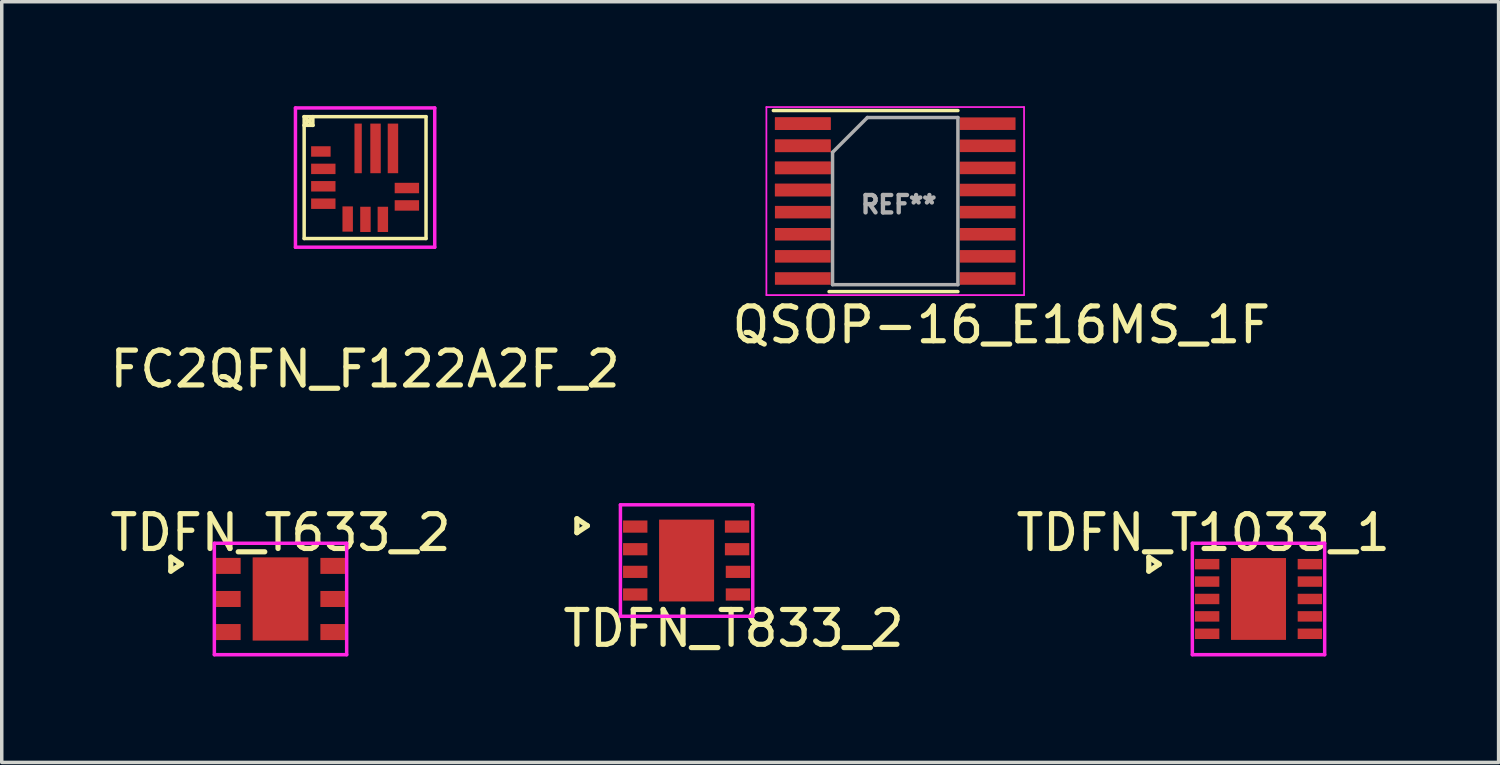
<source format=kicad_pcb>
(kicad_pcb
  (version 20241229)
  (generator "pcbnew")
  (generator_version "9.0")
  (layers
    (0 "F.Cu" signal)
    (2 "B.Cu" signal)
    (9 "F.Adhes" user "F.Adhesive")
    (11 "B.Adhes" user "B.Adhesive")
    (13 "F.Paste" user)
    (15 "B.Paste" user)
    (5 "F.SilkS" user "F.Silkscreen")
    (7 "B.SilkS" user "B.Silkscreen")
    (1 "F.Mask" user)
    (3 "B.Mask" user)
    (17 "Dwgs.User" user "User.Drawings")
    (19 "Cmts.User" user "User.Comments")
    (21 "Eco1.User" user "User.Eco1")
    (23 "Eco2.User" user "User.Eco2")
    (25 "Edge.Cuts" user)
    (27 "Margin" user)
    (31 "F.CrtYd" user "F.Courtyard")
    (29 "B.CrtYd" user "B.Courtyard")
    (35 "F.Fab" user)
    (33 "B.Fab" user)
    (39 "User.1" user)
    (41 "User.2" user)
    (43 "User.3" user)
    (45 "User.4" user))
  (footprint "FC2QFN_F122A2F_2"
    (layer "F.Cu")
    (at 7.435 2.05)
    (property "Reference" "FC2QFN_F122A2F_2" (at 0 5.5 0) (layer "F.SilkS") (effects (font (size 1 1) (thickness 0.15))))
    (attr smd)
    (fp_line (start -1.75 -1.75) (end -1.5 -1.5) (stroke (width 0.1) (type solid)) (layer "F.SilkS"))
    (fp_line (start -1.75 -1.75) (end 1.75 -1.75) (stroke (width 0.1) (type solid)) (layer "F.SilkS"))
    (fp_line (start -1.75 -1.5) (end -1.5 -1.5) (stroke (width 0.1) (type solid)) (layer "F.SilkS"))
    (fp_line (start -1.75 1.75) (end -1.75 -1.75) (stroke (width 0.1) (type solid)) (layer "F.SilkS"))
    (fp_line (start -1.5 -1.75) (end -1.75 -1.5) (stroke (width 0.1) (type solid)) (layer "F.SilkS"))
    (fp_line (start -1.5 -1.5) (end -1.5 -1.75) (stroke (width 0.1) (type solid)) (layer "F.SilkS"))
    (fp_line (start 1.75 -1.75) (end 1.75 1.75) (stroke (width 0.1) (type solid)) (layer "F.SilkS"))
    (fp_line (start 1.75 1.75) (end -1.75 1.75) (stroke (width 0.1) (type solid)) (layer "F.SilkS"))
    (fp_line (start -2 -2) (end -2 2) (stroke (width 0.1) (type solid)) (layer "F.CrtYd"))
    (fp_line (start -2 2) (end 2 2) (stroke (width 0.1) (type solid)) (layer "F.CrtYd"))
    (fp_line (start 2 -2) (end -2 -2) (stroke (width 0.1) (type solid)) (layer "F.CrtYd"))
    (fp_line (start 2 2) (end 2 -2) (stroke (width 0.1) (type solid)) (layer "F.CrtYd"))
    (pad "1" smd rect (at -1.27 -0.75) (size 0.56 0.3) (layers "F.Cu" "F.Mask" "F.Paste"))
    (pad "2" smd rect (at -1.2 -0.25) (size 0.7 0.3) (layers "F.Cu" "F.Mask" "F.Paste"))
    (pad "3" smd rect (at -1.2 0.25) (size 0.7 0.3) (layers "F.Cu" "F.Mask" "F.Paste"))
    (pad "4" smd rect (at -1.2 0.75) (size 0.7 0.3) (layers "F.Cu" "F.Mask" "F.Paste"))
    (pad "5" smd rect (at -0.5 1.19) (size 0.3 0.725) (layers "F.Cu" "F.Mask" "F.Paste"))
    (pad "6" smd rect (at 0.01 1.2) (size 0.3 0.725) (layers "F.Cu" "F.Mask" "F.Paste"))
    (pad "7" smd rect (at 0.51 1.2) (size 0.3 0.725) (layers "F.Cu" "F.Mask" "F.Paste"))
    (pad "8" smd rect (at 1.2 0.8) (size 0.7 0.3) (layers "F.Cu" "F.Mask" "F.Paste"))
    (pad "9" smd rect (at 1.2 0.3) (size 0.7 0.3) (layers "F.Cu" "F.Mask" "F.Paste"))
    (pad "10" smd rect (at 0.8 -0.838) (size 0.3 1.425) (layers "F.Cu" "F.Mask" "F.Paste"))
    (pad "11" smd rect (at 0.3 -0.838) (size 0.3 1.425) (layers "F.Cu" "F.Mask" "F.Paste"))
    (pad "12" smd rect (at -0.2 -0.838) (size 0.21 1.425) (layers "F.Cu" "F.Mask" "F.Paste")))
  (footprint "TDFN_T633_2"
    (layer "F.Cu")
    (at 5.006 14.152)
    (property "Reference" "TDFN_T633_2" (at 0 -1.905 0) (layer "F.SilkS") (effects (font (size 1 1) (thickness 0.15))))
    (attr smd)
    (fp_line (start -3.15 -0.8) (end -3.15 -1.2) (stroke (width 0.15) (type solid)) (layer "F.SilkS"))
    (fp_line (start -2.85 -1) (end -3.15 -1.2) (stroke (width 0.15) (type solid)) (layer "F.SilkS"))
    (fp_line (start -2.85 -1) (end -3.15 -0.8) (stroke (width 0.15) (type solid)) (layer "F.SilkS"))
    (fp_line (start -1.9 -1.6) (end -1.9 1.6) (stroke (width 0.1) (type solid)) (layer "F.CrtYd"))
    (fp_line (start -1.9 -1.6) (end 1.9 -1.6) (stroke (width 0.1) (type solid)) (layer "F.CrtYd"))
    (fp_line (start -1.9 1.6) (end 1.9 1.6) (stroke (width 0.1) (type solid)) (layer "F.CrtYd"))
    (fp_line (start 1.9 -1.6) (end 1.9 1.6) (stroke (width 0.1) (type solid)) (layer "F.CrtYd"))
    (pad "0" smd rect (at 0 0) (size 1.6 2.39) (layers "F.Cu" "F.Mask" "F.Paste"))
    (pad "1" smd rect (at -1.5 -0.95) (size 0.71 0.46) (layers "F.Cu" "F.Mask" "F.Paste"))
    (pad "2" smd rect (at -1.5 0) (size 0.71 0.46) (layers "F.Cu" "F.Mask" "F.Paste"))
    (pad "3" smd rect (at -1.5 0.95) (size 0.71 0.46) (layers "F.Cu" "F.Mask" "F.Paste"))
    (pad "4" smd rect (at 1.5 0.95) (size 0.71 0.46) (layers "F.Cu" "F.Mask" "F.Paste"))
    (pad "5" smd rect (at 1.5 0) (size 0.71 0.46) (layers "F.Cu" "F.Mask" "F.Paste"))
    (pad "6" smd rect (at 1.5 -0.95) (size 0.71 0.46) (layers "F.Cu" "F.Mask" "F.Paste")))
  (footprint "QSOP-16_E16MS_1F"
    (layer "F.Cu")
    (at 22.66 2.725)
    (property "Reference" "QSOP-16_E16MS_1F" (at 3.048 3.556 0) (layer "F.SilkS") (effects (font (size 1 1) (thickness 0.15))))
    (attr smd)
    (fp_line (start -3.5 -2.6) (end 1.8 -2.6) (stroke (width 0.1) (type solid)) (layer "F.SilkS"))
    (fp_line (start -1.9 2.6) (end 1.8 2.6) (stroke (width 0.1) (type solid)) (layer "F.SilkS"))
    (fp_line (start -3.7 -2.7) (end -3.7 2.7) (stroke (width 0.05) (type solid)) (layer "F.CrtYd"))
    (fp_line (start -3.7 2.7) (end 3.7 2.7) (stroke (width 0.05) (type solid)) (layer "F.CrtYd"))
    (fp_line (start 3.7 -2.7) (end -3.7 -2.7) (stroke (width 0.05) (type solid)) (layer "F.CrtYd"))
    (fp_line (start 3.7 2.7) (end 3.7 -2.7) (stroke (width 0.05) (type solid)) (layer "F.CrtYd"))
    (fp_line (start -1.8 -1.4) (end -0.8 -2.4) (stroke (width 0.1) (type solid)) (layer "F.Fab"))
    (fp_line (start -1.8 2.4) (end -1.8 -1.4) (stroke (width 0.1) (type solid)) (layer "F.Fab"))
    (fp_line (start -0.8 -2.4) (end 1.8 -2.4) (stroke (width 0.1) (type solid)) (layer "F.Fab"))
    (fp_line (start 1.8 -2.4) (end 1.8 2.4) (stroke (width 0.1) (type solid)) (layer "F.Fab"))
    (fp_line (start 1.8 2.4) (end -1.8 2.4) (stroke (width 0.1) (type solid)) (layer "F.Fab"))
    (fp_text user "REF**" (at 0.1 0.1 0) (layer "F.Fab") (effects (font (size 0.5 0.5) (thickness 0.125))))
    (pad "1" smd rect (at -2.655 -2.223) (size 1.6 0.36) (layers "F.Cu" "F.Mask" "F.Paste"))
    (pad "1" smd rect (at -2.655 -2.223) (size 1.6 0.36) (layers "F.Cu" "F.Mask" "F.Paste"))
    (pad "2" smd rect (at -2.655 -1.587) (size 1.6 0.36) (layers "F.Cu" "F.Mask" "F.Paste"))
    (pad "2" smd rect (at -2.655 -1.587) (size 1.6 0.36) (layers "F.Cu" "F.Mask" "F.Paste"))
    (pad "3" smd rect (at -2.655 -0.953) (size 1.6 0.36) (layers "F.Cu" "F.Mask" "F.Paste"))
    (pad "3" smd rect (at -2.655 -0.953) (size 1.6 0.36) (layers "F.Cu" "F.Mask" "F.Paste"))
    (pad "4" smd rect (at -2.655 -0.318) (size 1.6 0.36) (layers "F.Cu" "F.Mask" "F.Paste"))
    (pad "4" smd rect (at -2.655 -0.318) (size 1.6 0.36) (layers "F.Cu" "F.Mask" "F.Paste"))
    (pad "5" smd rect (at -2.655 0.318) (size 1.6 0.36) (layers "F.Cu" "F.Mask" "F.Paste"))
    (pad "6" smd rect (at -2.655 0.953) (size 1.6 0.36) (layers "F.Cu" "F.Mask" "F.Paste"))
    (pad "7" smd rect (at -2.655 1.587) (size 1.6 0.36) (layers "F.Cu" "F.Mask" "F.Paste"))
    (pad "8" smd rect (at -2.655 2.223) (size 1.6 0.36) (layers "F.Cu" "F.Mask" "F.Paste"))
    (pad "9" smd rect (at 2.655 2.223) (size 1.6 0.36) (layers "F.Cu" "F.Mask" "F.Paste"))
    (pad "10" smd rect (at 2.655 1.587) (size 1.6 0.36) (layers "F.Cu" "F.Mask" "F.Paste"))
    (pad "11" smd rect (at 2.655 0.953) (size 1.6 0.36) (layers "F.Cu" "F.Mask" "F.Paste"))
    (pad "12" smd rect (at 2.655 0.318) (size 1.6 0.36) (layers "F.Cu" "F.Mask" "F.Paste"))
    (pad "13" smd rect (at 2.655 -0.318) (size 1.6 0.36) (layers "F.Cu" "F.Mask" "F.Paste"))
    (pad "14" smd rect (at 2.655 -0.953) (size 1.6 0.36) (layers "F.Cu" "F.Mask" "F.Paste"))
    (pad "15" smd rect (at 2.655 -1.587) (size 1.6 0.36) (layers "F.Cu" "F.Mask" "F.Paste"))
    (pad "16" smd rect (at 2.655 -2.223) (size 1.6 0.36) (layers "F.Cu" "F.Mask" "F.Paste")))
  (footprint "TDFN_T1033_1"
    (layer "F.Cu")
    (at 33.093 14.152)
    (property "Reference" "TDFN_T1033_1" (at -1.587 -1.905 0) (layer "F.SilkS") (effects (font (size 1 1) (thickness 0.15))))
    (attr smd)
    (fp_line (start -3.15 -0.8) (end -3.15 -1.2) (stroke (width 0.15) (type solid)) (layer "F.SilkS"))
    (fp_line (start -2.85 -1) (end -3.15 -1.2) (stroke (width 0.15) (type solid)) (layer "F.SilkS"))
    (fp_line (start -2.85 -1) (end -3.15 -0.8) (stroke (width 0.15) (type solid)) (layer "F.SilkS"))
    (fp_line (start -1.9 -1.6) (end -1.9 1.6) (stroke (width 0.1) (type solid)) (layer "F.CrtYd"))
    (fp_line (start -1.9 -1.6) (end 1.9 -1.6) (stroke (width 0.1) (type solid)) (layer "F.CrtYd"))
    (fp_line (start -1.9 1.6) (end 1.9 1.6) (stroke (width 0.1) (type solid)) (layer "F.CrtYd"))
    (fp_line (start 1.9 -1.6) (end 1.9 1.6) (stroke (width 0.1) (type solid)) (layer "F.CrtYd"))
    (pad "0" smd rect (at 0 0) (size 1.58 2.35) (layers "F.Cu" "F.Mask" "F.Paste"))
    (pad "1" smd rect (at -1.475 -1) (size 0.7 0.3) (layers "F.Cu" "F.Mask" "F.Paste"))
    (pad "2" smd rect (at -1.475 -0.5) (size 0.7 0.3) (layers "F.Cu" "F.Mask" "F.Paste"))
    (pad "3" smd rect (at -1.475 0) (size 0.7 0.3) (layers "F.Cu" "F.Mask" "F.Paste"))
    (pad "4" smd rect (at -1.475 0.5) (size 0.7 0.3) (layers "F.Cu" "F.Mask" "F.Paste"))
    (pad "5" smd rect (at -1.475 1) (size 0.7 0.3) (layers "F.Cu" "F.Mask" "F.Paste"))
    (pad "6" smd rect (at 1.475 1) (size 0.7 0.3) (layers "F.Cu" "F.Mask" "F.Paste"))
    (pad "7" smd rect (at 1.475 0.5) (size 0.7 0.3) (layers "F.Cu" "F.Mask" "F.Paste"))
    (pad "8" smd rect (at 1.475 0) (size 0.7 0.3) (layers "F.Cu" "F.Mask" "F.Paste"))
    (pad "9" smd rect (at 1.475 -0.5) (size 0.7 0.3) (layers "F.Cu" "F.Mask" "F.Paste"))
    (pad "10" smd rect (at 1.475 -1) (size 0.7 0.3) (layers "F.Cu" "F.Mask" "F.Paste")))
  (footprint "TDFN_T833_2"
    (layer "F.Cu")
    (at 16.668 13.048)
    (property "Reference" "TDFN_T833_2" (at 1.35 1.95 0) (layer "F.SilkS") (effects (font (size 1 1) (thickness 0.15))))
    (attr smd)
    (fp_line (start -3.15 -0.8) (end -3.15 -1.2) (stroke (width 0.15) (type solid)) (layer "F.SilkS"))
    (fp_line (start -2.85 -1) (end -3.15 -1.2) (stroke (width 0.15) (type solid)) (layer "F.SilkS"))
    (fp_line (start -2.85 -1) (end -3.15 -0.8) (stroke (width 0.15) (type solid)) (layer "F.SilkS"))
    (fp_line (start -1.9 -1.6) (end -1.9 1.6) (stroke (width 0.1) (type solid)) (layer "F.CrtYd"))
    (fp_line (start -1.9 -1.6) (end 1.9 -1.6) (stroke (width 0.1) (type solid)) (layer "F.CrtYd"))
    (fp_line (start -1.9 1.6) (end 1.9 1.6) (stroke (width 0.1) (type solid)) (layer "F.CrtYd"))
    (fp_line (start 1.9 -1.6) (end 1.9 1.6) (stroke (width 0.1) (type solid)) (layer "F.CrtYd"))
    (pad "0" smd rect (at 0 0) (size 1.58 2.35) (layers "F.Cu" "F.Mask" "F.Paste"))
    (pad "1" smd rect (at -1.475 -0.975) (size 0.7 0.35) (layers "F.Cu" "F.Mask" "F.Paste"))
    (pad "2" smd rect (at -1.475 -0.325) (size 0.7 0.35) (layers "F.Cu" "F.Mask" "F.Paste"))
    (pad "3" smd rect (at -1.475 0.325) (size 0.7 0.35) (layers "F.Cu" "F.Mask" "F.Paste"))
    (pad "4" smd rect (at -1.475 0.975) (size 0.7 0.35) (layers "F.Cu" "F.Mask" "F.Paste"))
    (pad "5" smd rect (at 1.475 0.975) (size 0.7 0.35) (layers "F.Cu" "F.Mask" "F.Paste"))
    (pad "6" smd rect (at 1.475 0.325) (size 0.7 0.35) (layers "F.Cu" "F.Mask" "F.Paste"))
    (pad "7" smd rect (at 1.45 -0.325) (size 0.7 0.35) (layers "F.Cu" "F.Mask" "F.Paste"))
    (pad "8" smd rect (at 1.45 -0.975) (size 0.7 0.35) (layers "F.Cu" "F.Mask" "F.Paste")))
  (gr_rect
    (start -3 -3)
    (end 39.988 18.846)
    (stroke (width 0.1) (type default))
    (fill no)
    (layer "Edge.Cuts")))
</source>
